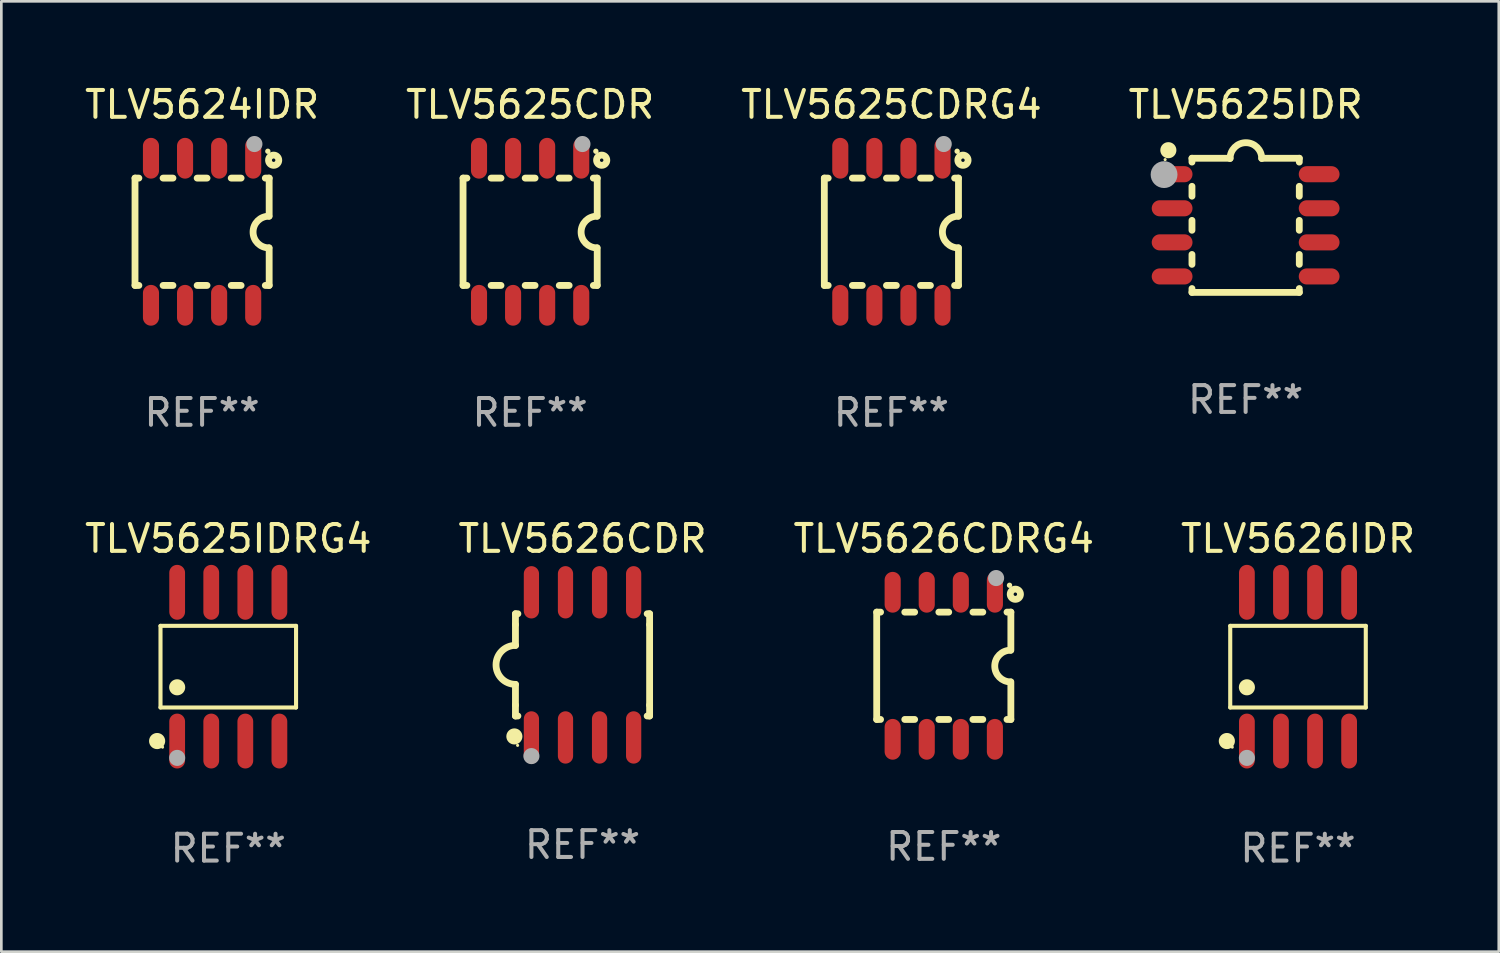
<source format=kicad_pcb>
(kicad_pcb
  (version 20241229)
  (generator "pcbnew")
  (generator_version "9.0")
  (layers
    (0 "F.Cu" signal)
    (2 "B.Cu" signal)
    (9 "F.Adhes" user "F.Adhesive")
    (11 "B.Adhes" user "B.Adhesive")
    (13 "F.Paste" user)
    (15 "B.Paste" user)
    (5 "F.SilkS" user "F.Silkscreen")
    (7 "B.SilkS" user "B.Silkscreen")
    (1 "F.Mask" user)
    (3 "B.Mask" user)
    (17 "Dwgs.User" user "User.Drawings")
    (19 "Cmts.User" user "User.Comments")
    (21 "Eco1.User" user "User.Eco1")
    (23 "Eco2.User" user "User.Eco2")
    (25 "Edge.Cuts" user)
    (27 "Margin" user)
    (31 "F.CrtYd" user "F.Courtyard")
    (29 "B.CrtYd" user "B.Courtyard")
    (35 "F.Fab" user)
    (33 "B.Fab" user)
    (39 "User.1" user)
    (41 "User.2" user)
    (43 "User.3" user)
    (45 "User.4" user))
  (footprint "TLV5625CDRG4"
    (layer "F.Cu")
    (at 30.173 5.588)
    (property "Reference" "TLV5625CDRG4" (at 0 -4.74 0) (layer "F.SilkS") (effects (font (size 1 1) (thickness 0.15))))
    (attr through_hole)
    (fp_line (start -2.5 2) (end -2.5 -2) (stroke (width 0.254) (type solid)) (layer "F.SilkS"))
    (fp_line (start -2.356 -2) (end -2.5 -2) (stroke (width 0.254) (type solid)) (layer "F.SilkS"))
    (fp_line (start -2.356 2) (end -2.5 2) (stroke (width 0.254) (type solid)) (layer "F.SilkS"))
    (fp_line (start -1.086 -2) (end -1.454 -2) (stroke (width 0.254) (type solid)) (layer "F.SilkS"))
    (fp_line (start -1.086 2) (end -1.454 2) (stroke (width 0.254) (type solid)) (layer "F.SilkS"))
    (fp_line (start 0.184 -2) (end -0.184 -2) (stroke (width 0.254) (type solid)) (layer "F.SilkS"))
    (fp_line (start 0.184 2) (end -0.184 2) (stroke (width 0.254) (type solid)) (layer "F.SilkS"))
    (fp_line (start 1.454 -2) (end 1.086 -2) (stroke (width 0.254) (type solid)) (layer "F.SilkS"))
    (fp_line (start 1.454 2) (end 1.086 2) (stroke (width 0.254) (type solid)) (layer "F.SilkS"))
    (fp_line (start 2.5 -2) (end 2.356 -2) (stroke (width 0.254) (type solid)) (layer "F.SilkS"))
    (fp_line (start 2.5 -0.58) (end 2.5 -2) (stroke (width 0.254) (type solid)) (layer "F.SilkS"))
    (fp_line (start 2.5 2) (end 2.356 2) (stroke (width 0.254) (type solid)) (layer "F.SilkS"))
    (fp_line (start 2.5 2) (end 2.5 0.6) (stroke (width 0.254) (type solid)) (layer "F.SilkS"))
    (fp_arc (start 2.489992 0.600051) (mid 1.901674 0.010046) (end 2.489992 -0.579959) (stroke (width 0.254001) (type solid)) (layer "F.SilkS"))
    (fp_circle (center 2.45 -3) (end 2.5 -3) (stroke (width 0.1) (type solid)) (fill no) (layer "F.SilkS"))
    (fp_circle (center 2.667 -2.667) (end 2.858 -2.667) (stroke (width 0.254) (type solid)) (fill no) (layer "F.SilkS"))
    (fp_circle (center 1.95 -3.27) (end 2.1 -3.27) (stroke (width 0.3) (type solid)) (fill no) (layer "F.Fab"))
    (fp_text user "REF**" (at 0 6.74 0) (layer "F.Fab") (effects (font (size 1 1) (thickness 0.15))))
    (pad "1" smd oval (at 1.905 -2.74) (size 0.6 1.52) (layers "F.Cu" "F.Mask" "F.Paste"))
    (pad "2" smd oval (at 0.635 -2.74) (size 0.6 1.52) (layers "F.Cu" "F.Mask" "F.Paste"))
    (pad "3" smd oval (at -0.635 -2.74) (size 0.6 1.52) (layers "F.Cu" "F.Mask" "F.Paste"))
    (pad "4" smd oval (at -1.905 -2.74) (size 0.6 1.52) (layers "F.Cu" "F.Mask" "F.Paste"))
    (pad "5" smd oval (at -1.905 2.74) (size 0.6 1.52) (layers "F.Cu" "F.Mask" "F.Paste"))
    (pad "6" smd oval (at -0.635 2.74) (size 0.6 1.52) (layers "F.Cu" "F.Mask" "F.Paste"))
    (pad "7" smd oval (at 0.635 2.74) (size 0.6 1.52) (layers "F.Cu" "F.Mask" "F.Paste"))
    (pad "8" smd oval (at 1.905 2.74) (size 0.6 1.52) (layers "F.Cu" "F.Mask" "F.Paste")))
  (footprint "TLV5625CDR"
    (layer "F.Cu")
    (at 16.708 5.588)
    (property "Reference" "TLV5625CDR" (at 0 -4.74 0) (layer "F.SilkS") (effects (font (size 1 1) (thickness 0.15))))
    (attr through_hole)
    (fp_line (start -2.5 2) (end -2.5 -2) (stroke (width 0.254) (type solid)) (layer "F.SilkS"))
    (fp_line (start -2.356 -2) (end -2.5 -2) (stroke (width 0.254) (type solid)) (layer "F.SilkS"))
    (fp_line (start -2.356 2) (end -2.5 2) (stroke (width 0.254) (type solid)) (layer "F.SilkS"))
    (fp_line (start -1.086 -2) (end -1.454 -2) (stroke (width 0.254) (type solid)) (layer "F.SilkS"))
    (fp_line (start -1.086 2) (end -1.454 2) (stroke (width 0.254) (type solid)) (layer "F.SilkS"))
    (fp_line (start 0.184 -2) (end -0.184 -2) (stroke (width 0.254) (type solid)) (layer "F.SilkS"))
    (fp_line (start 0.184 2) (end -0.184 2) (stroke (width 0.254) (type solid)) (layer "F.SilkS"))
    (fp_line (start 1.454 -2) (end 1.086 -2) (stroke (width 0.254) (type solid)) (layer "F.SilkS"))
    (fp_line (start 1.454 2) (end 1.086 2) (stroke (width 0.254) (type solid)) (layer "F.SilkS"))
    (fp_line (start 2.5 -2) (end 2.356 -2) (stroke (width 0.254) (type solid)) (layer "F.SilkS"))
    (fp_line (start 2.5 -0.58) (end 2.5 -2) (stroke (width 0.254) (type solid)) (layer "F.SilkS"))
    (fp_line (start 2.5 2) (end 2.356 2) (stroke (width 0.254) (type solid)) (layer "F.SilkS"))
    (fp_line (start 2.5 2) (end 2.5 0.6) (stroke (width 0.254) (type solid)) (layer "F.SilkS"))
    (fp_arc (start 2.489992 0.600051) (mid 1.901674 0.010046) (end 2.489992 -0.579959) (stroke (width 0.254001) (type solid)) (layer "F.SilkS"))
    (fp_circle (center 2.45 -3) (end 2.5 -3) (stroke (width 0.1) (type solid)) (fill no) (layer "F.SilkS"))
    (fp_circle (center 2.667 -2.667) (end 2.858 -2.667) (stroke (width 0.254) (type solid)) (fill no) (layer "F.SilkS"))
    (fp_circle (center 1.95 -3.27) (end 2.1 -3.27) (stroke (width 0.3) (type solid)) (fill no) (layer "F.Fab"))
    (fp_text user "REF**" (at 0 6.74 0) (layer "F.Fab") (effects (font (size 1 1) (thickness 0.15))))
    (pad "1" smd oval (at 1.905 -2.74) (size 0.6 1.52) (layers "F.Cu" "F.Mask" "F.Paste"))
    (pad "2" smd oval (at 0.635 -2.74) (size 0.6 1.52) (layers "F.Cu" "F.Mask" "F.Paste"))
    (pad "3" smd oval (at -0.635 -2.74) (size 0.6 1.52) (layers "F.Cu" "F.Mask" "F.Paste"))
    (pad "4" smd oval (at -1.905 -2.74) (size 0.6 1.52) (layers "F.Cu" "F.Mask" "F.Paste"))
    (pad "5" smd oval (at -1.905 2.74) (size 0.6 1.52) (layers "F.Cu" "F.Mask" "F.Paste"))
    (pad "6" smd oval (at -0.635 2.74) (size 0.6 1.52) (layers "F.Cu" "F.Mask" "F.Paste"))
    (pad "7" smd oval (at 0.635 2.74) (size 0.6 1.52) (layers "F.Cu" "F.Mask" "F.Paste"))
    (pad "8" smd oval (at 1.905 2.74) (size 0.6 1.52) (layers "F.Cu" "F.Mask" "F.Paste")))
  (footprint "TLV5624IDR"
    (layer "F.Cu")
    (at 4.482 5.588)
    (property "Reference" "TLV5624IDR" (at 0 -4.74 0) (layer "F.SilkS") (effects (font (size 1 1) (thickness 0.15))))
    (attr through_hole)
    (fp_line (start -2.5 2) (end -2.5 -2) (stroke (width 0.254) (type solid)) (layer "F.SilkS"))
    (fp_line (start -2.356 -2) (end -2.5 -2) (stroke (width 0.254) (type solid)) (layer "F.SilkS"))
    (fp_line (start -2.356 2) (end -2.5 2) (stroke (width 0.254) (type solid)) (layer "F.SilkS"))
    (fp_line (start -1.086 -2) (end -1.454 -2) (stroke (width 0.254) (type solid)) (layer "F.SilkS"))
    (fp_line (start -1.086 2) (end -1.454 2) (stroke (width 0.254) (type solid)) (layer "F.SilkS"))
    (fp_line (start 0.184 -2) (end -0.184 -2) (stroke (width 0.254) (type solid)) (layer "F.SilkS"))
    (fp_line (start 0.184 2) (end -0.184 2) (stroke (width 0.254) (type solid)) (layer "F.SilkS"))
    (fp_line (start 1.454 -2) (end 1.086 -2) (stroke (width 0.254) (type solid)) (layer "F.SilkS"))
    (fp_line (start 1.454 2) (end 1.086 2) (stroke (width 0.254) (type solid)) (layer "F.SilkS"))
    (fp_line (start 2.5 -2) (end 2.356 -2) (stroke (width 0.254) (type solid)) (layer "F.SilkS"))
    (fp_line (start 2.5 -0.58) (end 2.5 -2) (stroke (width 0.254) (type solid)) (layer "F.SilkS"))
    (fp_line (start 2.5 2) (end 2.356 2) (stroke (width 0.254) (type solid)) (layer "F.SilkS"))
    (fp_line (start 2.5 2) (end 2.5 0.6) (stroke (width 0.254) (type solid)) (layer "F.SilkS"))
    (fp_arc (start 2.489992 0.600051) (mid 1.901674 0.010046) (end 2.489992 -0.579959) (stroke (width 0.254001) (type solid)) (layer "F.SilkS"))
    (fp_circle (center 2.45 -3) (end 2.5 -3) (stroke (width 0.1) (type solid)) (fill no) (layer "F.SilkS"))
    (fp_circle (center 2.667 -2.667) (end 2.858 -2.667) (stroke (width 0.254) (type solid)) (fill no) (layer "F.SilkS"))
    (fp_circle (center 1.95 -3.27) (end 2.1 -3.27) (stroke (width 0.3) (type solid)) (fill no) (layer "F.Fab"))
    (fp_text user "REF**" (at 0 6.74 0) (layer "F.Fab") (effects (font (size 1 1) (thickness 0.15))))
    (pad "1" smd oval (at 1.905 -2.74) (size 0.6 1.52) (layers "F.Cu" "F.Mask" "F.Paste"))
    (pad "2" smd oval (at 0.635 -2.74) (size 0.6 1.52) (layers "F.Cu" "F.Mask" "F.Paste"))
    (pad "3" smd oval (at -0.635 -2.74) (size 0.6 1.52) (layers "F.Cu" "F.Mask" "F.Paste"))
    (pad "4" smd oval (at -1.905 -2.74) (size 0.6 1.52) (layers "F.Cu" "F.Mask" "F.Paste"))
    (pad "5" smd oval (at -1.905 2.74) (size 0.6 1.52) (layers "F.Cu" "F.Mask" "F.Paste"))
    (pad "6" smd oval (at -0.635 2.74) (size 0.6 1.52) (layers "F.Cu" "F.Mask" "F.Paste"))
    (pad "7" smd oval (at 0.635 2.74) (size 0.6 1.52) (layers "F.Cu" "F.Mask" "F.Paste"))
    (pad "8" smd oval (at 1.905 2.74) (size 0.6 1.52) (layers "F.Cu" "F.Mask" "F.Paste")))
  (footprint "TLV5625IDR"
    (layer "F.Cu")
    (at 43.375 5.348)
    (property "Reference" "TLV5625IDR" (at 0 -4.5 0) (layer "F.SilkS") (effects (font (size 1 1) (thickness 0.15))))
    (attr through_hole)
    (fp_line (start -2 -2.5) (end -2 -2.356) (stroke (width 0.254) (type solid)) (layer "F.SilkS"))
    (fp_line (start -2 -1.454) (end -2 -1.086) (stroke (width 0.254) (type solid)) (layer "F.SilkS"))
    (fp_line (start -2 -0.184) (end -2 0.184) (stroke (width 0.254) (type solid)) (layer "F.SilkS"))
    (fp_line (start -2 1.086) (end -2 1.454) (stroke (width 0.254) (type solid)) (layer "F.SilkS"))
    (fp_line (start -2 2.356) (end -2 2.5) (stroke (width 0.254) (type solid)) (layer "F.SilkS"))
    (fp_line (start -0.58 -2.5) (end -2 -2.5) (stroke (width 0.254) (type solid)) (layer "F.SilkS"))
    (fp_line (start 2 -2.5) (end 0.6 -2.5) (stroke (width 0.254) (type solid)) (layer "F.SilkS"))
    (fp_line (start 2 -2.5) (end 2 -2.356) (stroke (width 0.254) (type solid)) (layer "F.SilkS"))
    (fp_line (start 2 -1.454) (end 2 -1.086) (stroke (width 0.254) (type solid)) (layer "F.SilkS"))
    (fp_line (start 2 -0.184) (end 2 0.184) (stroke (width 0.254) (type solid)) (layer "F.SilkS"))
    (fp_line (start 2 1.086) (end 2 1.454) (stroke (width 0.254) (type solid)) (layer "F.SilkS"))
    (fp_line (start 2 2.356) (end 2 2.5) (stroke (width 0.254) (type solid)) (layer "F.SilkS"))
    (fp_line (start 2 2.5) (end -2 2.5) (stroke (width 0.254) (type solid)) (layer "F.SilkS"))
    (fp_arc (start -0.579908 -2.489992) (mid 0.010097 -3.07831) (end 0.600102 -2.489992) (stroke (width 0.254001) (type solid)) (layer "F.SilkS"))
    (fp_circle (center -3 -2.45) (end -2.97 -2.45) (stroke (width 0.06) (type solid)) (fill no) (layer "F.SilkS"))
    (fp_circle (center -2.88 -2.8) (end -2.73 -2.8) (stroke (width 0.3) (type solid)) (fill no) (layer "F.SilkS"))
    (fp_circle (center -3.04 -1.89) (end -2.79 -1.89) (stroke (width 0.5) (type solid)) (fill no) (layer "F.Fab"))
    (fp_text user "REF**" (at 0 6.5 0) (layer "F.Fab") (effects (font (size 1 1) (thickness 0.15))))
    (pad "1" smd oval (at -2.74 -1.905 90) (size 0.6 1.52) (layers "F.Cu" "F.Mask" "F.Paste"))
    (pad "2" smd oval (at -2.74 -0.635 90) (size 0.6 1.52) (layers "F.Cu" "F.Mask" "F.Paste"))
    (pad "3" smd oval (at -2.74 0.635 90) (size 0.6 1.52) (layers "F.Cu" "F.Mask" "F.Paste"))
    (pad "4" smd oval (at -2.74 1.905 90) (size 0.6 1.52) (layers "F.Cu" "F.Mask" "F.Paste"))
    (pad "5" smd oval (at 2.74 1.905 90) (size 0.6 1.52) (layers "F.Cu" "F.Mask" "F.Paste"))
    (pad "6" smd oval (at 2.74 0.635 90) (size 0.6 1.52) (layers "F.Cu" "F.Mask" "F.Paste"))
    (pad "7" smd oval (at 2.74 -0.635 90) (size 0.6 1.52) (layers "F.Cu" "F.Mask" "F.Paste"))
    (pad "8" smd oval (at 2.74 -1.905 90) (size 0.6 1.52) (layers "F.Cu" "F.Mask" "F.Paste")))
  (footprint "TLV5626IDR"
    (layer "F.Cu")
    (at 45.327 21.797)
    (property "Reference" "TLV5626IDR" (at 0 -4.772 0) (layer "F.SilkS") (effects (font (size 1 1) (thickness 0.15))))
    (attr through_hole)
    (fp_line (start -2.526 -1.521) (end 2.526 -1.521) (stroke (width 0.152) (type solid)) (layer "F.SilkS"))
    (fp_line (start -2.526 1.521) (end -2.526 -1.521) (stroke (width 0.152) (type solid)) (layer "F.SilkS"))
    (fp_line (start 2.526 -1.521) (end 2.526 1.521) (stroke (width 0.152) (type solid)) (layer "F.SilkS"))
    (fp_line (start 2.526 1.521) (end -2.526 1.521) (stroke (width 0.152) (type solid)) (layer "F.SilkS"))
    (fp_circle (center -2.652 2.772) (end -2.501 2.772) (stroke (width 0.3) (type solid)) (fill no) (layer "F.SilkS"))
    (fp_circle (center -2.45 3) (end -2.42 3) (stroke (width 0.06) (type solid)) (fill no) (layer "F.SilkS"))
    (fp_circle (center -1.905 0.769) (end -1.755 0.769) (stroke (width 0.3) (type solid)) (fill no) (layer "F.SilkS"))
    (fp_circle (center -1.905 3.4) (end -1.755 3.4) (stroke (width 0.3) (type solid)) (fill no) (layer "F.Fab"))
    (fp_text user "REF**" (at 0 6.772 0) (layer "F.Fab") (effects (font (size 1 1) (thickness 0.15))))
    (pad "1" smd oval (at -1.905 2.772) (size 0.588 2.045) (layers "F.Cu" "F.Mask" "F.Paste"))
    (pad "2" smd oval (at -0.635 2.772) (size 0.588 2.045) (layers "F.Cu" "F.Mask" "F.Paste"))
    (pad "3" smd oval (at 0.635 2.772) (size 0.588 2.045) (layers "F.Cu" "F.Mask" "F.Paste"))
    (pad "4" smd oval (at 1.905 2.772) (size 0.588 2.045) (layers "F.Cu" "F.Mask" "F.Paste"))
    (pad "5" smd oval (at 1.905 -2.772) (size 0.588 2.045) (layers "F.Cu" "F.Mask" "F.Paste"))
    (pad "6" smd oval (at 0.635 -2.772) (size 0.588 2.045) (layers "F.Cu" "F.Mask" "F.Paste"))
    (pad "7" smd oval (at -0.635 -2.772) (size 0.588 2.045) (layers "F.Cu" "F.Mask" "F.Paste"))
    (pad "8" smd oval (at -1.905 -2.772) (size 0.588 2.045) (layers "F.Cu" "F.Mask" "F.Paste")))
  (footprint "TLV5626CDR"
    (layer "F.Cu")
    (at 18.661 21.73)
    (property "Reference" "TLV5626CDR" (at 0 -4.705 0) (layer "F.SilkS") (effects (font (size 1 1) (thickness 0.15))))
    (attr through_hole)
    (fp_line (start -2.5 -1.905) (end -2.409 -1.905) (stroke (width 0.254) (type solid)) (layer "F.SilkS"))
    (fp_line (start -2.5 -1.5) (end -2.5 -1.905) (stroke (width 0.254) (type solid)) (layer "F.SilkS"))
    (fp_line (start -2.5 -1.5) (end -2.5 -0.726) (stroke (width 0.254) (type solid)) (layer "F.SilkS"))
    (fp_line (start -2.5 1.5) (end -2.5 0.727) (stroke (width 0.254) (type solid)) (layer "F.SilkS"))
    (fp_line (start -2.5 1.5) (end -2.5 1.905) (stroke (width 0.254) (type solid)) (layer "F.SilkS"))
    (fp_line (start -2.5 1.905) (end -2.409 1.905) (stroke (width 0.254) (type solid)) (layer "F.SilkS"))
    (fp_line (start 2.5 -1.905) (end 2.409 -1.905) (stroke (width 0.254) (type solid)) (layer "F.SilkS"))
    (fp_line (start 2.5 -1.5) (end 2.5 -1.905) (stroke (width 0.254) (type solid)) (layer "F.SilkS"))
    (fp_line (start 2.5 -1.5) (end 2.5 1.5) (stroke (width 0.254) (type solid)) (layer "F.SilkS"))
    (fp_line (start 2.5 1.5) (end 2.5 1.905) (stroke (width 0.254) (type solid)) (layer "F.SilkS"))
    (fp_line (start 2.5 1.905) (end 2.409 1.905) (stroke (width 0.254) (type solid)) (layer "F.SilkS"))
    (fp_arc (start -2.5 0.726568) (mid -3.220316 -0.0023) (end -2.495097 -0.726289) (stroke (width 0.254001) (type solid)) (layer "F.SilkS"))
    (fp_circle (center -2.54 2.667) (end -2.39 2.667) (stroke (width 0.3) (type solid)) (fill no) (layer "F.SilkS"))
    (fp_circle (center -2.42 3) (end -2.39 3) (stroke (width 0.06) (type solid)) (fill no) (layer "F.SilkS"))
    (fp_circle (center -1.905 3.4) (end -1.755 3.4) (stroke (width 0.3) (type solid)) (fill no) (layer "F.Fab"))
    (fp_text user "REF**" (at 0 6.705 0) (layer "F.Fab") (effects (font (size 1 1) (thickness 0.15))))
    (pad "1" smd oval (at -1.905 2.705) (size 0.568 1.95) (layers "F.Cu" "F.Mask" "F.Paste"))
    (pad "2" smd oval (at -0.635 2.705) (size 0.568 1.95) (layers "F.Cu" "F.Mask" "F.Paste"))
    (pad "3" smd oval (at 0.635 2.705) (size 0.568 1.95) (layers "F.Cu" "F.Mask" "F.Paste"))
    (pad "4" smd oval (at 1.905 2.705) (size 0.568 1.95) (layers "F.Cu" "F.Mask" "F.Paste"))
    (pad "5" smd oval (at 1.905 -2.705) (size 0.568 1.95) (layers "F.Cu" "F.Mask" "F.Paste"))
    (pad "6" smd oval (at 0.635 -2.705) (size 0.568 1.95) (layers "F.Cu" "F.Mask" "F.Paste"))
    (pad "7" smd oval (at -0.635 -2.705) (size 0.568 1.95) (layers "F.Cu" "F.Mask" "F.Paste"))
    (pad "8" smd oval (at -1.905 -2.705) (size 0.568 1.95) (layers "F.Cu" "F.Mask" "F.Paste")))
  (footprint "TLV5625IDRG4"
    (layer "F.Cu")
    (at 5.458 21.797)
    (property "Reference" "TLV5625IDRG4" (at 0 -4.772 0) (layer "F.SilkS") (effects (font (size 1 1) (thickness 0.15))))
    (attr through_hole)
    (fp_line (start -2.526 -1.521) (end 2.526 -1.521) (stroke (width 0.152) (type solid)) (layer "F.SilkS"))
    (fp_line (start -2.526 1.521) (end -2.526 -1.521) (stroke (width 0.152) (type solid)) (layer "F.SilkS"))
    (fp_line (start 2.526 -1.521) (end 2.526 1.521) (stroke (width 0.152) (type solid)) (layer "F.SilkS"))
    (fp_line (start 2.526 1.521) (end -2.526 1.521) (stroke (width 0.152) (type solid)) (layer "F.SilkS"))
    (fp_circle (center -2.652 2.772) (end -2.501 2.772) (stroke (width 0.3) (type solid)) (fill no) (layer "F.SilkS"))
    (fp_circle (center -2.45 3) (end -2.42 3) (stroke (width 0.06) (type solid)) (fill no) (layer "F.SilkS"))
    (fp_circle (center -1.905 0.769) (end -1.755 0.769) (stroke (width 0.3) (type solid)) (fill no) (layer "F.SilkS"))
    (fp_circle (center -1.905 3.4) (end -1.755 3.4) (stroke (width 0.3) (type solid)) (fill no) (layer "F.Fab"))
    (fp_text user "REF**" (at 0 6.772 0) (layer "F.Fab") (effects (font (size 1 1) (thickness 0.15))))
    (pad "1" smd oval (at -1.905 2.772) (size 0.588 2.045) (layers "F.Cu" "F.Mask" "F.Paste"))
    (pad "2" smd oval (at -0.635 2.772) (size 0.588 2.045) (layers "F.Cu" "F.Mask" "F.Paste"))
    (pad "3" smd oval (at 0.635 2.772) (size 0.588 2.045) (layers "F.Cu" "F.Mask" "F.Paste"))
    (pad "4" smd oval (at 1.905 2.772) (size 0.588 2.045) (layers "F.Cu" "F.Mask" "F.Paste"))
    (pad "5" smd oval (at 1.905 -2.772) (size 0.588 2.045) (layers "F.Cu" "F.Mask" "F.Paste"))
    (pad "6" smd oval (at 0.635 -2.772) (size 0.588 2.045) (layers "F.Cu" "F.Mask" "F.Paste"))
    (pad "7" smd oval (at -0.635 -2.772) (size 0.588 2.045) (layers "F.Cu" "F.Mask" "F.Paste"))
    (pad "8" smd oval (at -1.905 -2.772) (size 0.588 2.045) (layers "F.Cu" "F.Mask" "F.Paste")))
  (footprint "TLV5626CDRG4"
    (layer "F.Cu")
    (at 32.125 21.764)
    (property "Reference" "TLV5626CDRG4" (at 0 -4.74 0) (layer "F.SilkS") (effects (font (size 1 1) (thickness 0.15))))
    (attr through_hole)
    (fp_line (start -2.5 2) (end -2.5 -2) (stroke (width 0.254) (type solid)) (layer "F.SilkS"))
    (fp_line (start -2.356 -2) (end -2.5 -2) (stroke (width 0.254) (type solid)) (layer "F.SilkS"))
    (fp_line (start -2.356 2) (end -2.5 2) (stroke (width 0.254) (type solid)) (layer "F.SilkS"))
    (fp_line (start -1.086 -2) (end -1.454 -2) (stroke (width 0.254) (type solid)) (layer "F.SilkS"))
    (fp_line (start -1.086 2) (end -1.454 2) (stroke (width 0.254) (type solid)) (layer "F.SilkS"))
    (fp_line (start 0.184 -2) (end -0.184 -2) (stroke (width 0.254) (type solid)) (layer "F.SilkS"))
    (fp_line (start 0.184 2) (end -0.184 2) (stroke (width 0.254) (type solid)) (layer "F.SilkS"))
    (fp_line (start 1.454 -2) (end 1.086 -2) (stroke (width 0.254) (type solid)) (layer "F.SilkS"))
    (fp_line (start 1.454 2) (end 1.086 2) (stroke (width 0.254) (type solid)) (layer "F.SilkS"))
    (fp_line (start 2.5 -2) (end 2.356 -2) (stroke (width 0.254) (type solid)) (layer "F.SilkS"))
    (fp_line (start 2.5 -0.58) (end 2.5 -2) (stroke (width 0.254) (type solid)) (layer "F.SilkS"))
    (fp_line (start 2.5 2) (end 2.356 2) (stroke (width 0.254) (type solid)) (layer "F.SilkS"))
    (fp_line (start 2.5 2) (end 2.5 0.6) (stroke (width 0.254) (type solid)) (layer "F.SilkS"))
    (fp_arc (start 2.489992 0.600051) (mid 1.901674 0.010046) (end 2.489992 -0.579959) (stroke (width 0.254001) (type solid)) (layer "F.SilkS"))
    (fp_circle (center 2.45 -3) (end 2.5 -3) (stroke (width 0.1) (type solid)) (fill no) (layer "F.SilkS"))
    (fp_circle (center 2.667 -2.667) (end 2.858 -2.667) (stroke (width 0.254) (type solid)) (fill no) (layer "F.SilkS"))
    (fp_circle (center 1.95 -3.27) (end 2.1 -3.27) (stroke (width 0.3) (type solid)) (fill no) (layer "F.Fab"))
    (fp_text user "REF**" (at 0 6.74 0) (layer "F.Fab") (effects (font (size 1 1) (thickness 0.15))))
    (pad "1" smd oval (at 1.905 -2.74) (size 0.6 1.52) (layers "F.Cu" "F.Mask" "F.Paste"))
    (pad "2" smd oval (at 0.635 -2.74) (size 0.6 1.52) (layers "F.Cu" "F.Mask" "F.Paste"))
    (pad "3" smd oval (at -0.635 -2.74) (size 0.6 1.52) (layers "F.Cu" "F.Mask" "F.Paste"))
    (pad "4" smd oval (at -1.905 -2.74) (size 0.6 1.52) (layers "F.Cu" "F.Mask" "F.Paste"))
    (pad "5" smd oval (at -1.905 2.74) (size 0.6 1.52) (layers "F.Cu" "F.Mask" "F.Paste"))
    (pad "6" smd oval (at -0.635 2.74) (size 0.6 1.52) (layers "F.Cu" "F.Mask" "F.Paste"))
    (pad "7" smd oval (at 0.635 2.74) (size 0.6 1.52) (layers "F.Cu" "F.Mask" "F.Paste"))
    (pad "8" smd oval (at 1.905 2.74) (size 0.6 1.52) (layers "F.Cu" "F.Mask" "F.Paste")))
  (gr_rect
    (start -3 -3)
    (end 52.81 32.418)
    (stroke (width 0.1) (type default))
    (fill no)
    (layer "Edge.Cuts")))
</source>
